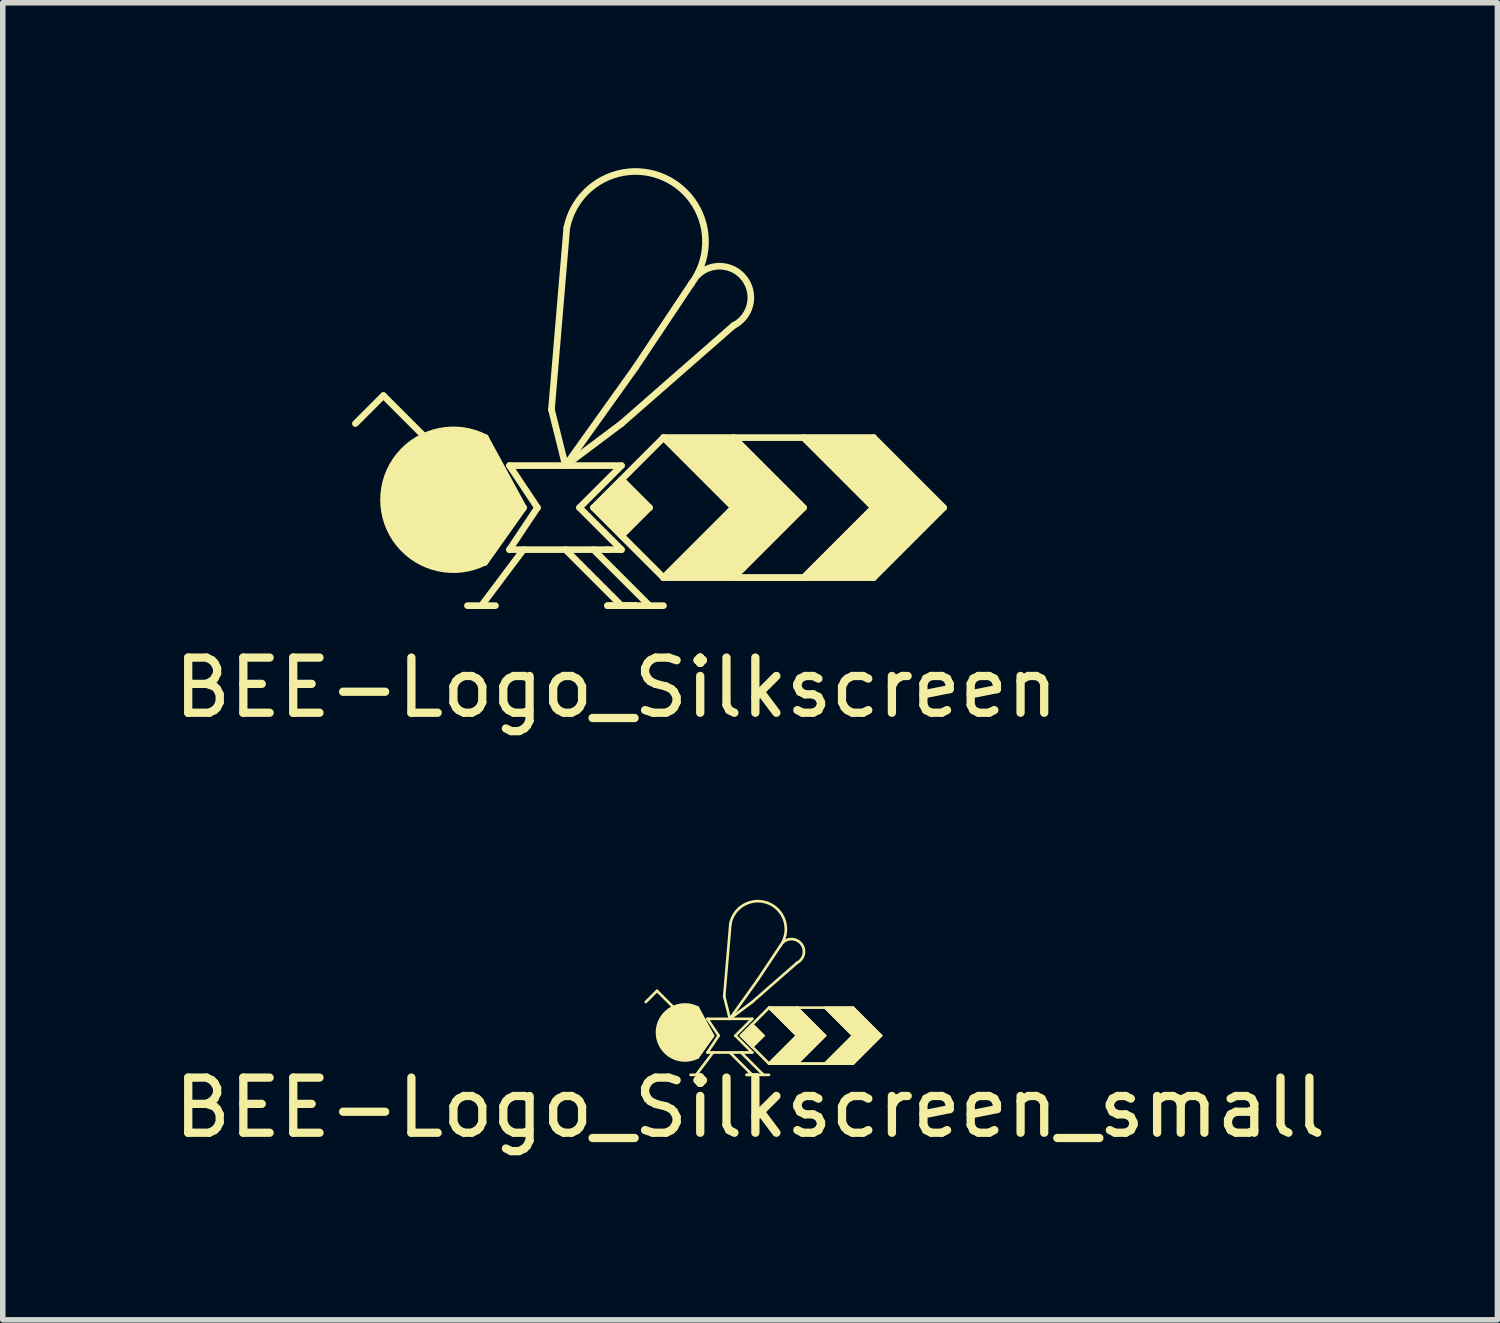
<source format=kicad_pcb>
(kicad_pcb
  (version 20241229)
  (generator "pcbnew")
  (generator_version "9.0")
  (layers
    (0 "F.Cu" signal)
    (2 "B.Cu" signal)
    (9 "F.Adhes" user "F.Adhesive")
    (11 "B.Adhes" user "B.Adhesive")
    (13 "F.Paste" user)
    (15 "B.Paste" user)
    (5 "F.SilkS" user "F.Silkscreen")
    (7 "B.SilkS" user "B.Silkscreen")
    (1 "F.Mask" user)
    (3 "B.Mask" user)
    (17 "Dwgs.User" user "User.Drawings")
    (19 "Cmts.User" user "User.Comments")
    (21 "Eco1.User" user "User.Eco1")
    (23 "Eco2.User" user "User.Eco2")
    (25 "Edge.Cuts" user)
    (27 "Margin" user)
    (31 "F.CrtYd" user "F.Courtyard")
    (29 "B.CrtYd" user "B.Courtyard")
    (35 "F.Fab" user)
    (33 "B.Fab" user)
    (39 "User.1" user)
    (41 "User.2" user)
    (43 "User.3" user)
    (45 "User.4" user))
  (footprint "BEE-Logo_Silkscreen"
    (layer "F.Cu")
    (at 8.125 6.119)
    (property "Reference" "BEE-Logo_Silkscreen" (at 0 3.302 0) (layer "F.SilkS") (effects (font (size 1 1) (thickness 0.15))))
    (attr exclude_from_pos_files exclude_from_bom)
    (fp_line (start -4.222 -1.995) (end -4.73 -1.487) (stroke (width 0.12) (type solid)) (layer "F.SilkS"))
    (fp_line (start -3.46 -1.233) (end -4.222 -1.995) (stroke (width 0.12) (type solid)) (layer "F.SilkS"))
    (fp_line (start -2.698 1.815) (end -2.19 1.815) (stroke (width 0.12) (type solid)) (layer "F.SilkS"))
    (fp_line (start -2.385 1.029) (end -1.682 0.037) (stroke (width 0.12) (type solid)) (layer "F.SilkS"))
    (fp_line (start -1.936 -0.725) (end 0.096 -0.725) (stroke (width 0.12) (type solid)) (layer "F.SilkS"))
    (fp_line (start -1.936 0.799) (end -1.428 0.037) (stroke (width 0.12) (type solid)) (layer "F.SilkS"))
    (fp_line (start -1.682 0.037) (end -2.385 1.029) (stroke (width 0.12) (type solid)) (layer "F.SilkS"))
    (fp_line (start -1.682 0.037) (end -2.373 -1.233) (stroke (width 0.12) (type solid)) (layer "F.SilkS"))
    (fp_line (start -1.682 0.799) (end -2.444 1.815) (stroke (width 0.12) (type solid)) (layer "F.SilkS"))
    (fp_line (start -1.428 0.037) (end -1.936 -0.725) (stroke (width 0.12) (type solid)) (layer "F.SilkS"))
    (fp_line (start -0.92 -0.725) (end -1.174 -1.741) (stroke (width 0.12) (type solid)) (layer "F.SilkS"))
    (fp_line (start -0.92 -0.725) (end 0.096 -1.487) (stroke (width 0.12) (type solid)) (layer "F.SilkS"))
    (fp_line (start -0.92 0.799) (end 0.096 1.815) (stroke (width 0.12) (type solid)) (layer "F.SilkS"))
    (fp_line (start -0.896 -5.038) (end -1.174 -1.741) (stroke (width 0.12) (type solid)) (layer "F.SilkS"))
    (fp_line (start -0.666 0.037) (end 0.096 0.799) (stroke (width 0.12) (type solid)) (layer "F.SilkS"))
    (fp_line (start -0.412 0.799) (end 0.604 1.815) (stroke (width 0.12) (type solid)) (layer "F.SilkS"))
    (fp_line (start -0.158 0.799) (end -1.936 0.799) (stroke (width 0.12) (type solid)) (layer "F.SilkS"))
    (fp_line (start -0.158 1.815) (end 0.35 1.815) (stroke (width 0.12) (type solid)) (layer "F.SilkS"))
    (fp_line (start 0.096 -0.725) (end -0.666 0.037) (stroke (width 0.12) (type solid)) (layer "F.SilkS"))
    (fp_line (start 0.096 -0.471) (end 0.604 0.037) (stroke (width 0.12) (type solid)) (layer "F.SilkS"))
    (fp_line (start 0.096 0.799) (end -0.158 0.799) (stroke (width 0.12) (type solid)) (layer "F.SilkS"))
    (fp_line (start 0.096 1.815) (end -0.158 1.815) (stroke (width 0.12) (type solid)) (layer "F.SilkS"))
    (fp_line (start 0.096 1.815) (end 0.35 1.815) (stroke (width 0.12) (type solid)) (layer "F.SilkS"))
    (fp_line (start 0.35 -2.503) (end -0.92 -0.725) (stroke (width 0.12) (type solid)) (layer "F.SilkS"))
    (fp_line (start 0.35 1.815) (end 0.096 1.815) (stroke (width 0.12) (type solid)) (layer "F.SilkS"))
    (fp_line (start 0.35 1.815) (end 0.858 1.815) (stroke (width 0.12) (type solid)) (layer "F.SilkS"))
    (fp_line (start 0.604 0.037) (end 0.096 0.545) (stroke (width 0.12) (type solid)) (layer "F.SilkS"))
    (fp_line (start 0.858 -1.233) (end -0.412 0.037) (stroke (width 0.12) (type solid)) (layer "F.SilkS"))
    (fp_line (start 0.858 -1.233) (end 2.128 0.037) (stroke (width 0.12) (type solid)) (layer "F.SilkS"))
    (fp_line (start 0.858 1.307) (end -0.412 0.037) (stroke (width 0.12) (type solid)) (layer "F.SilkS"))
    (fp_line (start 1.366 -4.027) (end 0.35 -2.503) (stroke (width 0.12) (type solid)) (layer "F.SilkS"))
    (fp_line (start 2.128 -3.265) (end 0.096 -1.487) (stroke (width 0.12) (type solid)) (layer "F.SilkS"))
    (fp_line (start 2.128 -1.233) (end 0.858 -1.233) (stroke (width 0.12) (type solid)) (layer "F.SilkS"))
    (fp_line (start 2.128 -1.233) (end 3.398 0.037) (stroke (width 0.12) (type solid)) (layer "F.SilkS"))
    (fp_line (start 2.128 -1.233) (end 4.668 -1.233) (stroke (width 0.12) (type solid)) (layer "F.SilkS"))
    (fp_line (start 2.128 0.037) (end 0.858 1.307) (stroke (width 0.12) (type solid)) (layer "F.SilkS"))
    (fp_line (start 2.128 1.307) (end 3.398 1.307) (stroke (width 0.12) (type solid)) (layer "F.SilkS"))
    (fp_line (start 3.398 0.037) (end 2.128 1.307) (stroke (width 0.12) (type solid)) (layer "F.SilkS"))
    (fp_line (start 3.398 1.307) (end 4.668 0.037) (stroke (width 0.12) (type solid)) (layer "F.SilkS"))
    (fp_line (start 4.668 -1.233) (end 5.938 0.037) (stroke (width 0.12) (type solid)) (layer "F.SilkS"))
    (fp_line (start 4.668 0.037) (end 3.398 -1.233) (stroke (width 0.12) (type solid)) (layer "F.SilkS"))
    (fp_line (start 4.668 1.307) (end 0.858 1.307) (stroke (width 0.12) (type solid)) (layer "F.SilkS"))
    (fp_line (start 5.938 0.037) (end 4.668 1.307) (stroke (width 0.12) (type solid)) (layer "F.SilkS"))
    (fp_arc (start -2.385491 1.028598) (mid -4.220026 -0.112111) (end -2.373192 -1.232799) (stroke (width 0.12) (type solid)) (layer "F.SilkS"))
    (fp_arc (start -0.895737 -5.037867) (mid 0.867975 -5.94819) (end 1.3656 -4.0268) (stroke (width 0.12) (type solid)) (layer "F.SilkS"))
    (fp_arc (start 1.471992 -4.174409) (mid 2.334354 -4.104892) (end 2.127599 -3.264801) (stroke (width 0.12) (type solid)) (layer "F.SilkS"))
    (fp_poly (pts (xy -2.308 0.863) (xy -2.718 -0.157) (xy -2.288 0.013)) (stroke (width 0.1) (type solid)) (fill yes) (layer "F.SilkS"))
    (fp_poly (pts (xy 0.604 0.037) (xy 0.096 -0.471) (xy -0.412 0.037) (xy 0.096 0.545)) (stroke (width 0.1) (type solid)) (fill yes) (layer "F.SilkS"))
    (fp_poly (pts (xy 2.128 0.037) (xy 0.858 -1.233) (xy 2.128 -1.233) (xy 3.398 0.037) (xy 2.128 1.307) (xy 0.858 1.307)) (stroke (width 0.1) (type solid)) (fill yes) (layer "F.SilkS"))
    (fp_poly (pts (xy 3.398 -1.233) (xy 4.668 -1.233) (xy 5.938 0.037) (xy 4.668 1.307) (xy 3.398 1.307) (xy 4.668 0.037)) (stroke (width 0.1) (type solid)) (fill yes) (layer "F.SilkS"))
    (fp_poly (pts (xy -2.418 1.023) (xy -1.708 0.033) (xy -2.388 -1.227) (xy -2.898 -1.337) (xy -3.458 -1.227) (xy -3.728 -1.067) (xy -4.038 -0.717) (xy -4.198 -0.067) (xy -4.058 0.463) (xy -3.678 0.893) (xy -3.238 1.093) (xy -2.738 1.113) (xy -2.408 1.023) (xy -2.388 0.973) (xy -2.318 0.883)) (stroke (width 0.1) (type solid)) (fill yes) (layer "F.SilkS")))
  (footprint "BEE-Logo_Silkscreen_small"
    (layer "F.Cu")
    (at 10.554 15.717)
    (property "Reference" "BEE-Logo_Silkscreen_small" (at 0 1.321 0) (layer "F.SilkS") (effects (font (size 1 1) (thickness 0.15))))
    (attr exclude_from_pos_files exclude_from_bom)
    (fp_line (start -1.689 -0.798) (end -1.892 -0.595) (stroke (width 0.048) (type solid)) (layer "F.SilkS"))
    (fp_line (start -1.384 -0.493) (end -1.689 -0.798) (stroke (width 0.048) (type solid)) (layer "F.SilkS"))
    (fp_line (start -1.079 0.726) (end -0.876 0.726) (stroke (width 0.048) (type solid)) (layer "F.SilkS"))
    (fp_line (start -0.954 0.411) (end -0.673 0.015) (stroke (width 0.048) (type solid)) (layer "F.SilkS"))
    (fp_line (start -0.775 -0.29) (end 0.038 -0.29) (stroke (width 0.048) (type solid)) (layer "F.SilkS"))
    (fp_line (start -0.775 0.32) (end -0.571 0.015) (stroke (width 0.048) (type solid)) (layer "F.SilkS"))
    (fp_line (start -0.673 0.015) (end -0.954 0.411) (stroke (width 0.048) (type solid)) (layer "F.SilkS"))
    (fp_line (start -0.673 0.015) (end -0.949 -0.493) (stroke (width 0.048) (type solid)) (layer "F.SilkS"))
    (fp_line (start -0.673 0.32) (end -0.978 0.726) (stroke (width 0.048) (type solid)) (layer "F.SilkS"))
    (fp_line (start -0.571 0.015) (end -0.775 -0.29) (stroke (width 0.048) (type solid)) (layer "F.SilkS"))
    (fp_line (start -0.368 -0.29) (end -0.47 -0.696) (stroke (width 0.048) (type solid)) (layer "F.SilkS"))
    (fp_line (start -0.368 -0.29) (end 0.038 -0.595) (stroke (width 0.048) (type solid)) (layer "F.SilkS"))
    (fp_line (start -0.368 0.32) (end 0.038 0.726) (stroke (width 0.048) (type solid)) (layer "F.SilkS"))
    (fp_line (start -0.358 -2.015) (end -0.47 -0.696) (stroke (width 0.048) (type solid)) (layer "F.SilkS"))
    (fp_line (start -0.267 0.015) (end 0.038 0.32) (stroke (width 0.048) (type solid)) (layer "F.SilkS"))
    (fp_line (start -0.165 0.32) (end 0.241 0.726) (stroke (width 0.048) (type solid)) (layer "F.SilkS"))
    (fp_line (start -0.063 0.32) (end -0.775 0.32) (stroke (width 0.048) (type solid)) (layer "F.SilkS"))
    (fp_line (start -0.063 0.726) (end 0.14 0.726) (stroke (width 0.048) (type solid)) (layer "F.SilkS"))
    (fp_line (start 0.038 -0.29) (end -0.267 0.015) (stroke (width 0.048) (type solid)) (layer "F.SilkS"))
    (fp_line (start 0.038 -0.188) (end 0.241 0.015) (stroke (width 0.048) (type solid)) (layer "F.SilkS"))
    (fp_line (start 0.038 0.32) (end -0.063 0.32) (stroke (width 0.048) (type solid)) (layer "F.SilkS"))
    (fp_line (start 0.038 0.726) (end -0.063 0.726) (stroke (width 0.048) (type solid)) (layer "F.SilkS"))
    (fp_line (start 0.038 0.726) (end 0.14 0.726) (stroke (width 0.048) (type solid)) (layer "F.SilkS"))
    (fp_line (start 0.14 -1.001) (end -0.368 -0.29) (stroke (width 0.048) (type solid)) (layer "F.SilkS"))
    (fp_line (start 0.14 0.726) (end 0.038 0.726) (stroke (width 0.048) (type solid)) (layer "F.SilkS"))
    (fp_line (start 0.14 0.726) (end 0.343 0.726) (stroke (width 0.048) (type solid)) (layer "F.SilkS"))
    (fp_line (start 0.241 0.015) (end 0.038 0.218) (stroke (width 0.048) (type solid)) (layer "F.SilkS"))
    (fp_line (start 0.343 -0.493) (end -0.165 0.015) (stroke (width 0.048) (type solid)) (layer "F.SilkS"))
    (fp_line (start 0.343 -0.493) (end 0.851 0.015) (stroke (width 0.048) (type solid)) (layer "F.SilkS"))
    (fp_line (start 0.343 0.523) (end -0.165 0.015) (stroke (width 0.048) (type solid)) (layer "F.SilkS"))
    (fp_line (start 0.546 -1.611) (end 0.14 -1.001) (stroke (width 0.048) (type solid)) (layer "F.SilkS"))
    (fp_line (start 0.851 -1.306) (end 0.038 -0.595) (stroke (width 0.048) (type solid)) (layer "F.SilkS"))
    (fp_line (start 0.851 -0.493) (end 0.343 -0.493) (stroke (width 0.048) (type solid)) (layer "F.SilkS"))
    (fp_line (start 0.851 -0.493) (end 1.359 0.015) (stroke (width 0.048) (type solid)) (layer "F.SilkS"))
    (fp_line (start 0.851 -0.493) (end 1.867 -0.493) (stroke (width 0.048) (type solid)) (layer "F.SilkS"))
    (fp_line (start 0.851 0.015) (end 0.343 0.523) (stroke (width 0.048) (type solid)) (layer "F.SilkS"))
    (fp_line (start 0.851 0.523) (end 1.359 0.523) (stroke (width 0.048) (type solid)) (layer "F.SilkS"))
    (fp_line (start 1.359 0.015) (end 0.851 0.523) (stroke (width 0.048) (type solid)) (layer "F.SilkS"))
    (fp_line (start 1.359 0.523) (end 1.867 0.015) (stroke (width 0.048) (type solid)) (layer "F.SilkS"))
    (fp_line (start 1.867 -0.493) (end 2.375 0.015) (stroke (width 0.048) (type solid)) (layer "F.SilkS"))
    (fp_line (start 1.867 0.015) (end 1.359 -0.493) (stroke (width 0.048) (type solid)) (layer "F.SilkS"))
    (fp_line (start 1.867 0.523) (end 0.343 0.523) (stroke (width 0.048) (type solid)) (layer "F.SilkS"))
    (fp_line (start 2.375 0.015) (end 1.867 0.523) (stroke (width 0.048) (type solid)) (layer "F.SilkS"))
    (fp_arc (start -0.954196 0.411439) (mid -1.68801 -0.044844) (end -0.949277 -0.49312) (stroke (width 0.048) (type solid)) (layer "F.SilkS"))
    (fp_arc (start -0.358295 -2.015147) (mid 0.34719 -2.379276) (end 0.54624 -1.61072) (stroke (width 0.048) (type solid)) (layer "F.SilkS"))
    (fp_arc (start 0.588796 -1.669764) (mid 0.933742 -1.641957) (end 0.85104 -1.30592) (stroke (width 0.048) (type solid)) (layer "F.SilkS"))
    (fp_poly (pts (xy -0.923 0.345) (xy -1.087 -0.063) (xy -0.915 0.005)) (stroke (width 0.04) (type solid)) (fill yes) (layer "F.SilkS"))
    (fp_poly (pts (xy 0.241 0.015) (xy 0.038 -0.188) (xy -0.165 0.015) (xy 0.038 0.218)) (stroke (width 0.04) (type solid)) (fill yes) (layer "F.SilkS"))
    (fp_poly (pts (xy 0.851 0.015) (xy 0.343 -0.493) (xy 0.851 -0.493) (xy 1.359 0.015) (xy 0.851 0.523) (xy 0.343 0.523)) (stroke (width 0.04) (type solid)) (fill yes) (layer "F.SilkS"))
    (fp_poly (pts (xy 1.359 -0.493) (xy 1.867 -0.493) (xy 2.375 0.015) (xy 1.867 0.523) (xy 1.359 0.523) (xy 1.867 0.015)) (stroke (width 0.04) (type solid)) (fill yes) (layer "F.SilkS"))
    (fp_poly (pts (xy -0.967 0.409) (xy -0.683 0.013) (xy -0.955 -0.491) (xy -1.159 -0.535) (xy -1.383 -0.491) (xy -1.491 -0.427) (xy -1.615 -0.287) (xy -1.679 -0.027) (xy -1.623 0.185) (xy -1.471 0.357) (xy -1.295 0.437) (xy -1.095 0.445) (xy -0.963 0.409) (xy -0.955 0.389) (xy -0.927 0.353)) (stroke (width 0.04) (type solid)) (fill yes) (layer "F.SilkS")))
  (gr_rect
    (start -3 -3)
    (end 24.107 20.886)
    (stroke (width 0.1) (type default))
    (fill no)
    (layer "Edge.Cuts")))
</source>
